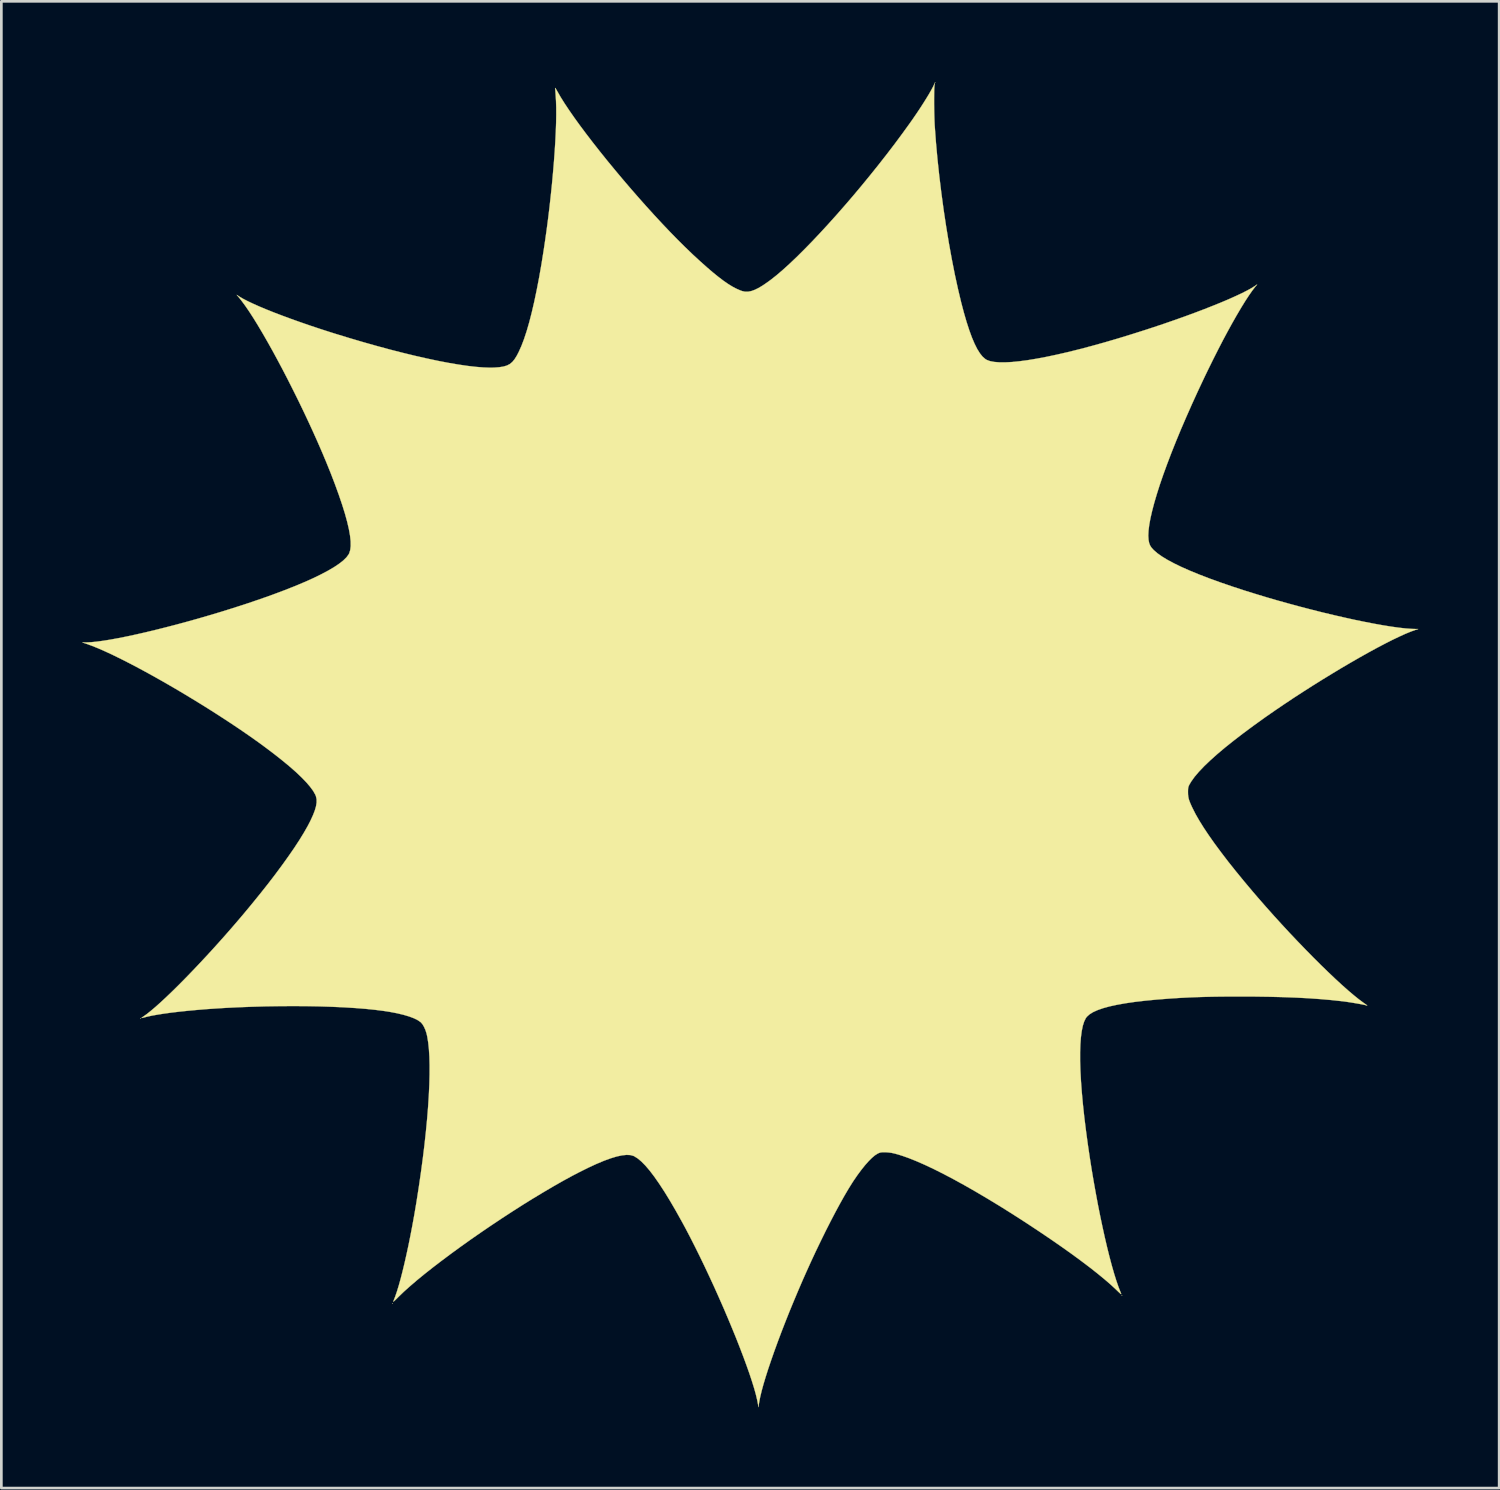
<source format=kicad_pcb>
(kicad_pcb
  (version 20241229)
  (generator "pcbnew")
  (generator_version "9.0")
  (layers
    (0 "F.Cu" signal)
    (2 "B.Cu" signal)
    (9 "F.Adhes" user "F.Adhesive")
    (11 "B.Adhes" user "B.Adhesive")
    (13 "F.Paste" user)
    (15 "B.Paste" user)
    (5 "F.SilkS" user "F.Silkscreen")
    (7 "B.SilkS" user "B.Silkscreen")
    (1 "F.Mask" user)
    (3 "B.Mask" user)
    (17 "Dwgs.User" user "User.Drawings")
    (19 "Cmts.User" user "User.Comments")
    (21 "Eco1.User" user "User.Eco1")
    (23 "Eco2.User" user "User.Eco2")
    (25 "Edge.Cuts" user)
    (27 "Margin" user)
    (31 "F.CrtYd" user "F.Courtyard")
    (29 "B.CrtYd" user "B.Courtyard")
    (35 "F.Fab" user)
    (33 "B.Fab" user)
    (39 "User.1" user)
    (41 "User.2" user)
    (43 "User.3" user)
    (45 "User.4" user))
  (footprint "full sun"
    (layer "F.Cu")
    (at 24.82 24.6)
    (property "Reference" "full sun" (at 0 0 0) (layer "F.SilkS") (effects (font (size 1.524 1.524) (thickness 0.3))))
    (attr through_hole)
    (fp_poly (pts (xy -22.64 10.17) (xy -22.649 10.179) (xy -22.659 10.17) (xy -22.649 10.16) (xy -22.64 10.17)) (stroke (width 0.01) (type solid)) (fill yes) (layer "F.SilkS"))
    (fp_poly (pts (xy -13.285 20.751) (xy -13.294 20.761) (xy -13.304 20.751) (xy -13.294 20.742) (xy -13.285 20.751)) (stroke (width 0.01) (type solid)) (fill yes) (layer "F.SilkS"))
    (fp_poly (pts (xy 6.863 -24.585) (xy 6.853 -24.576) (xy 6.844 -24.585) (xy 6.853 -24.595) (xy 6.863 -24.585)) (stroke (width 0.01) (type solid)) (fill yes) (layer "F.SilkS"))
    (fp_poly (pts (xy 13.802 20.464) (xy 13.793 20.473) (xy 13.783 20.464) (xy 13.793 20.454) (xy 13.802 20.464)) (stroke (width 0.01) (type solid)) (fill yes) (layer "F.SilkS"))
    (fp_poly (pts (xy 6.829 -24.432) (xy 6.824 -24.356) (xy 6.821 -24.247) (xy 6.819 -24.114) (xy 6.818 -23.961) (xy 6.818 -23.796) (xy 6.82 -23.624) (xy 6.823 -23.453) (xy 6.828 -23.288) (xy 6.833 -23.137) (xy 6.839 -23.005) (xy 6.842 -22.965) (xy 6.886 -22.365) (xy 6.942 -21.748) (xy 7.009 -21.122) (xy 7.086 -20.491) (xy 7.171 -19.861) (xy 7.265 -19.237) (xy 7.366 -18.625) (xy 7.474 -18.029) (xy 7.587 -17.456) (xy 7.706 -16.911) (xy 7.821 -16.428) (xy 7.922 -16.044) (xy 8.022 -15.699) (xy 8.122 -15.391) (xy 8.221 -15.12) (xy 8.32 -14.887) (xy 8.419 -14.69) (xy 8.519 -14.53) (xy 8.618 -14.406) (xy 8.719 -14.318) (xy 8.773 -14.285) (xy 8.894 -14.24) (xy 9.05 -14.21) (xy 9.239 -14.195) (xy 9.459 -14.194) (xy 9.71 -14.207) (xy 9.99 -14.235) (xy 10.298 -14.276) (xy 10.634 -14.332) (xy 10.995 -14.4) (xy 11.381 -14.482) (xy 11.791 -14.576) (xy 12.223 -14.684) (xy 12.677 -14.804) (xy 13.151 -14.936) (xy 13.643 -15.08) (xy 14.154 -15.237) (xy 14.681 -15.404) (xy 14.952 -15.493) (xy 15.356 -15.628) (xy 15.748 -15.764) (xy 16.128 -15.899) (xy 16.493 -16.033) (xy 16.84 -16.165) (xy 17.168 -16.294) (xy 17.474 -16.418) (xy 17.757 -16.538) (xy 18.013 -16.653) (xy 18.242 -16.76) (xy 18.439 -16.86) (xy 18.605 -16.951) (xy 18.729 -17.03) (xy 18.815 -17.088) (xy 18.753 -17.012) (xy 18.638 -16.865) (xy 18.511 -16.683) (xy 18.372 -16.471) (xy 18.223 -16.229) (xy 18.064 -15.96) (xy 17.897 -15.667) (xy 17.723 -15.351) (xy 17.543 -15.015) (xy 17.36 -14.661) (xy 17.173 -14.29) (xy 16.984 -13.906) (xy 16.846 -13.62) (xy 16.612 -13.122) (xy 16.39 -12.636) (xy 16.18 -12.161) (xy 15.982 -11.701) (xy 15.798 -11.256) (xy 15.627 -10.827) (xy 15.471 -10.417) (xy 15.328 -10.025) (xy 15.201 -9.655) (xy 15.09 -9.307) (xy 14.994 -8.982) (xy 14.915 -8.681) (xy 14.852 -8.408) (xy 14.807 -8.161) (xy 14.78 -7.944) (xy 14.771 -7.757) (xy 14.781 -7.602) (xy 14.781 -7.601) (xy 14.803 -7.488) (xy 14.837 -7.398) (xy 14.89 -7.315) (xy 14.969 -7.228) (xy 14.971 -7.226) (xy 15.103 -7.11) (xy 15.273 -6.989) (xy 15.479 -6.863) (xy 15.723 -6.732) (xy 16.003 -6.596) (xy 16.319 -6.456) (xy 16.671 -6.312) (xy 17.058 -6.163) (xy 17.48 -6.011) (xy 17.93 -5.857) (xy 18.325 -5.728) (xy 18.732 -5.601) (xy 19.146 -5.475) (xy 19.566 -5.353) (xy 19.99 -5.235) (xy 20.413 -5.12) (xy 20.834 -5.011) (xy 21.25 -4.906) (xy 21.659 -4.808) (xy 22.057 -4.717) (xy 22.442 -4.632) (xy 22.812 -4.556) (xy 23.163 -4.488) (xy 23.493 -4.429) (xy 23.799 -4.38) (xy 24.079 -4.341) (xy 24.33 -4.313) (xy 24.549 -4.297) (xy 24.681 -4.293) (xy 24.796 -4.292) (xy 24.691 -4.258) (xy 24.515 -4.194) (xy 24.311 -4.11) (xy 24.081 -4.005) (xy 23.826 -3.883) (xy 23.551 -3.743) (xy 23.256 -3.588) (xy 22.945 -3.418) (xy 22.62 -3.236) (xy 22.283 -3.042) (xy 21.937 -2.839) (xy 21.584 -2.626) (xy 21.226 -2.407) (xy 20.866 -2.182) (xy 20.506 -1.952) (xy 20.149 -1.72) (xy 19.797 -1.485) (xy 19.453 -1.251) (xy 19.118 -1.018) (xy 19.095 -1.002) (xy 18.678 -0.702) (xy 18.291 -0.415) (xy 17.937 -0.142) (xy 17.614 0.116) (xy 17.324 0.361) (xy 17.067 0.591) (xy 16.843 0.806) (xy 16.653 1.006) (xy 16.496 1.19) (xy 16.374 1.359) (xy 16.309 1.466) (xy 16.279 1.524) (xy 16.261 1.572) (xy 16.251 1.623) (xy 16.247 1.689) (xy 16.246 1.764) (xy 16.248 1.853) (xy 16.256 1.931) (xy 16.271 2.007) (xy 16.296 2.088) (xy 16.334 2.184) (xy 16.386 2.301) (xy 16.413 2.357) (xy 16.523 2.575) (xy 16.661 2.816) (xy 16.825 3.08) (xy 17.016 3.366) (xy 17.231 3.672) (xy 17.471 3.996) (xy 17.733 4.339) (xy 18.018 4.697) (xy 18.324 5.071) (xy 18.65 5.459) (xy 18.851 5.693) (xy 19.142 6.026) (xy 19.436 6.356) (xy 19.733 6.682) (xy 20.03 7.003) (xy 20.326 7.315) (xy 20.618 7.618) (xy 20.904 7.909) (xy 21.183 8.187) (xy 21.452 8.448) (xy 21.71 8.693) (xy 21.954 8.918) (xy 22.182 9.121) (xy 22.394 9.301) (xy 22.586 9.456) (xy 22.757 9.583) (xy 22.812 9.622) (xy 22.865 9.659) (xy 22.897 9.684) (xy 22.903 9.694) (xy 22.899 9.692) (xy 22.847 9.678) (xy 22.765 9.659) (xy 22.658 9.638) (xy 22.534 9.616) (xy 22.4 9.593) (xy 22.263 9.571) (xy 22.128 9.551) (xy 22.005 9.534) (xy 21.969 9.53) (xy 21.571 9.487) (xy 21.156 9.451) (xy 20.721 9.42) (xy 20.262 9.396) (xy 19.777 9.378) (xy 19.263 9.365) (xy 18.717 9.357) (xy 18.206 9.355) (xy 17.824 9.356) (xy 17.475 9.358) (xy 17.152 9.363) (xy 16.849 9.37) (xy 16.561 9.379) (xy 16.281 9.39) (xy 16.004 9.404) (xy 15.723 9.421) (xy 15.547 9.433) (xy 15.084 9.469) (xy 14.66 9.51) (xy 14.273 9.555) (xy 13.923 9.606) (xy 13.61 9.662) (xy 13.334 9.722) (xy 13.094 9.788) (xy 12.89 9.859) (xy 12.722 9.935) (xy 12.59 10.017) (xy 12.493 10.104) (xy 12.452 10.158) (xy 12.391 10.282) (xy 12.34 10.441) (xy 12.3 10.636) (xy 12.27 10.865) (xy 12.25 11.128) (xy 12.24 11.424) (xy 12.24 11.751) (xy 12.251 12.109) (xy 12.272 12.497) (xy 12.303 12.914) (xy 12.344 13.36) (xy 12.395 13.834) (xy 12.457 14.334) (xy 12.528 14.86) (xy 12.529 14.866) (xy 12.596 15.32) (xy 12.667 15.772) (xy 12.743 16.221) (xy 12.822 16.663) (xy 12.903 17.096) (xy 12.987 17.517) (xy 13.073 17.924) (xy 13.159 18.314) (xy 13.246 18.684) (xy 13.333 19.032) (xy 13.419 19.355) (xy 13.504 19.651) (xy 13.587 19.916) (xy 13.668 20.15) (xy 13.746 20.347) (xy 13.754 20.368) (xy 13.765 20.395) (xy 13.765 20.407) (xy 13.753 20.403) (xy 13.723 20.379) (xy 13.674 20.334) (xy 13.601 20.264) (xy 13.576 20.24) (xy 13.379 20.057) (xy 13.149 19.858) (xy 12.887 19.643) (xy 12.596 19.414) (xy 12.276 19.172) (xy 11.929 18.917) (xy 11.556 18.652) (xy 11.159 18.377) (xy 10.738 18.092) (xy 10.668 18.045) (xy 10.188 17.729) (xy 9.717 17.426) (xy 9.257 17.138) (xy 8.809 16.866) (xy 8.376 16.61) (xy 7.958 16.371) (xy 7.557 16.15) (xy 7.176 15.949) (xy 6.816 15.768) (xy 6.478 15.608) (xy 6.165 15.471) (xy 5.878 15.356) (xy 5.655 15.277) (xy 5.495 15.226) (xy 5.362 15.189) (xy 5.247 15.163) (xy 5.141 15.148) (xy 5.037 15.14) (xy 4.975 15.138) (xy 4.888 15.14) (xy 4.825 15.148) (xy 4.77 15.166) (xy 4.719 15.19) (xy 4.62 15.253) (xy 4.508 15.348) (xy 4.384 15.472) (xy 4.251 15.622) (xy 4.113 15.795) (xy 3.97 15.988) (xy 3.826 16.198) (xy 3.782 16.266) (xy 3.639 16.495) (xy 3.485 16.757) (xy 3.322 17.048) (xy 3.151 17.364) (xy 2.974 17.703) (xy 2.792 18.061) (xy 2.609 18.434) (xy 2.424 18.818) (xy 2.241 19.211) (xy 2.061 19.609) (xy 1.941 19.879) (xy 1.77 20.276) (xy 1.604 20.671) (xy 1.443 21.062) (xy 1.29 21.447) (xy 1.144 21.823) (xy 1.007 22.188) (xy 0.879 22.54) (xy 0.762 22.875) (xy 0.655 23.191) (xy 0.561 23.486) (xy 0.48 23.757) (xy 0.413 24.003) (xy 0.361 24.219) (xy 0.325 24.404) (xy 0.317 24.451) (xy 0.294 24.604) (xy 0.28 24.509) (xy 0.247 24.335) (xy 0.198 24.13) (xy 0.133 23.897) (xy 0.052 23.637) (xy -0.042 23.353) (xy -0.15 23.048) (xy -0.269 22.725) (xy -0.399 22.385) (xy -0.538 22.031) (xy -0.687 21.667) (xy -0.843 21.293) (xy -1.005 20.913) (xy -1.174 20.53) (xy -1.346 20.145) (xy -1.523 19.762) (xy -1.701 19.383) (xy -1.881 19.01) (xy -2.062 18.645) (xy -2.241 18.292) (xy -2.419 17.953) (xy -2.549 17.714) (xy -2.776 17.307) (xy -2.992 16.937) (xy -3.196 16.604) (xy -3.39 16.307) (xy -3.572 16.046) (xy -3.743 15.822) (xy -3.903 15.634) (xy -4.052 15.483) (xy -4.189 15.368) (xy -4.316 15.289) (xy -4.344 15.275) (xy -4.459 15.243) (xy -4.601 15.236) (xy -4.77 15.253) (xy -4.966 15.295) (xy -5.191 15.363) (xy -5.443 15.455) (xy -5.724 15.573) (xy -6.033 15.716) (xy -6.37 15.884) (xy -6.618 16.013) (xy -6.964 16.202) (xy -7.324 16.407) (xy -7.696 16.626) (xy -8.078 16.856) (xy -8.466 17.097) (xy -8.857 17.347) (xy -9.25 17.603) (xy -9.641 17.864) (xy -10.027 18.127) (xy -10.407 18.391) (xy -10.777 18.655) (xy -11.135 18.916) (xy -11.477 19.172) (xy -11.802 19.421) (xy -12.107 19.662) (xy -12.389 19.893) (xy -12.644 20.112) (xy -12.872 20.316) (xy -13.068 20.505) (xy -13.079 20.516) (xy -13.157 20.594) (xy -13.211 20.646) (xy -13.245 20.676) (xy -13.261 20.685) (xy -13.263 20.675) (xy -13.255 20.652) (xy -13.194 20.497) (xy -13.129 20.306) (xy -13.061 20.084) (xy -12.991 19.832) (xy -12.919 19.552) (xy -12.846 19.249) (xy -12.773 18.925) (xy -12.699 18.582) (xy -12.627 18.224) (xy -12.556 17.853) (xy -12.487 17.473) (xy -12.421 17.085) (xy -12.403 16.975) (xy -12.317 16.425) (xy -12.239 15.888) (xy -12.169 15.365) (xy -12.107 14.859) (xy -12.054 14.37) (xy -12.009 13.901) (xy -11.973 13.454) (xy -11.946 13.029) (xy -11.927 12.628) (xy -11.918 12.254) (xy -11.917 11.908) (xy -11.925 11.591) (xy -11.943 11.306) (xy -11.97 11.053) (xy -12.006 10.835) (xy -12.03 10.73) (xy -12.072 10.599) (xy -12.125 10.48) (xy -12.185 10.38) (xy -12.244 10.312) (xy -12.351 10.237) (xy -12.494 10.165) (xy -12.672 10.098) (xy -12.883 10.035) (xy -13.125 9.977) (xy -13.398 9.925) (xy -13.603 9.893) (xy -13.928 9.851) (xy -14.287 9.814) (xy -14.678 9.783) (xy -15.097 9.757) (xy -15.54 9.737) (xy -16.005 9.722) (xy -16.487 9.713) (xy -16.985 9.71) (xy -17.493 9.713) (xy -18.009 9.721) (xy -18.53 9.736) (xy -19.052 9.756) (xy -19.477 9.777) (xy -19.849 9.8) (xy -20.211 9.825) (xy -20.561 9.854) (xy -20.895 9.885) (xy -21.211 9.918) (xy -21.506 9.953) (xy -21.776 9.99) (xy -22.018 10.028) (xy -22.231 10.066) (xy -22.41 10.105) (xy -22.513 10.133) (xy -22.568 10.147) (xy -22.605 10.154) (xy -22.614 10.153) (xy -22.604 10.14) (xy -22.569 10.113) (xy -22.539 10.093) (xy -22.412 10.002) (xy -22.263 9.883) (xy -22.093 9.739) (xy -21.904 9.57) (xy -21.699 9.379) (xy -21.479 9.168) (xy -21.246 8.939) (xy -21.002 8.692) (xy -20.749 8.431) (xy -20.489 8.158) (xy -20.223 7.873) (xy -19.954 7.58) (xy -19.683 7.279) (xy -19.412 6.973) (xy -19.216 6.748) (xy -18.873 6.347) (xy -18.545 5.953) (xy -18.232 5.568) (xy -17.935 5.194) (xy -17.657 4.832) (xy -17.399 4.484) (xy -17.161 4.152) (xy -16.944 3.838) (xy -16.751 3.543) (xy -16.583 3.269) (xy -16.44 3.018) (xy -16.342 2.828) (xy -16.248 2.623) (xy -16.179 2.445) (xy -16.134 2.288) (xy -16.113 2.15) (xy -16.114 2.028) (xy -16.138 1.918) (xy -16.162 1.859) (xy -16.24 1.721) (xy -16.353 1.567) (xy -16.498 1.398) (xy -16.677 1.213) (xy -16.887 1.014) (xy -17.129 0.802) (xy -17.403 0.576) (xy -17.706 0.337) (xy -18.039 0.086) (xy -18.278 -0.089) (xy -18.61 -0.324) (xy -18.957 -0.563) (xy -19.317 -0.804) (xy -19.686 -1.045) (xy -20.063 -1.286) (xy -20.444 -1.524) (xy -20.828 -1.758) (xy -21.211 -1.988) (xy -21.591 -2.21) (xy -21.967 -2.425) (xy -22.334 -2.63) (xy -22.69 -2.823) (xy -23.034 -3.005) (xy -23.362 -3.172) (xy -23.672 -3.324) (xy -23.961 -3.459) (xy -24.227 -3.576) (xy -24.467 -3.672) (xy -24.679 -3.748) (xy -24.681 -3.749) (xy -24.815 -3.793) (xy -24.662 -3.794) (xy -24.487 -3.802) (xy -24.279 -3.823) (xy -24.039 -3.855) (xy -23.771 -3.898) (xy -23.477 -3.952) (xy -23.16 -4.015) (xy -22.822 -4.088) (xy -22.465 -4.169) (xy -22.092 -4.259) (xy -21.706 -4.356) (xy -21.309 -4.459) (xy -20.904 -4.569) (xy -20.493 -4.684) (xy -20.079 -4.805) (xy -19.664 -4.929) (xy -19.251 -5.058) (xy -18.842 -5.189) (xy -18.681 -5.242) (xy -18.196 -5.407) (xy -17.742 -5.568) (xy -17.319 -5.727) (xy -16.927 -5.881) (xy -16.568 -6.032) (xy -16.241 -6.178) (xy -15.948 -6.321) (xy -15.689 -6.458) (xy -15.464 -6.59) (xy -15.275 -6.717) (xy -15.121 -6.838) (xy -15.004 -6.953) (xy -14.924 -7.062) (xy -14.903 -7.102) (xy -14.865 -7.222) (xy -14.847 -7.371) (xy -14.849 -7.551) (xy -14.871 -7.76) (xy -14.914 -8.001) (xy -14.977 -8.272) (xy -15.06 -8.574) (xy -15.164 -8.908) (xy -15.288 -9.273) (xy -15.432 -9.67) (xy -15.597 -10.1) (xy -15.61 -10.131) (xy -15.754 -10.487) (xy -15.908 -10.854) (xy -16.072 -11.231) (xy -16.244 -11.615) (xy -16.423 -12.004) (xy -16.607 -12.394) (xy -16.795 -12.783) (xy -16.987 -13.169) (xy -17.179 -13.55) (xy -17.372 -13.922) (xy -17.564 -14.283) (xy -17.753 -14.631) (xy -17.939 -14.963) (xy -18.119 -15.276) (xy -18.293 -15.569) (xy -18.459 -15.838) (xy -18.616 -16.081) (xy -18.763 -16.295) (xy -18.898 -16.478) (xy -18.993 -16.598) (xy -19.08 -16.7) (xy -18.976 -16.634) (xy -18.841 -16.554) (xy -18.67 -16.466) (xy -18.468 -16.37) (xy -18.236 -16.267) (xy -17.976 -16.158) (xy -17.691 -16.044) (xy -17.383 -15.927) (xy -17.056 -15.806) (xy -16.71 -15.683) (xy -16.349 -15.558) (xy -15.976 -15.434) (xy -15.591 -15.31) (xy -15.432 -15.26) (xy -14.902 -15.098) (xy -14.383 -14.945) (xy -13.877 -14.802) (xy -13.386 -14.669) (xy -12.912 -14.548) (xy -12.456 -14.437) (xy -12.02 -14.338) (xy -11.606 -14.25) (xy -11.215 -14.175) (xy -10.85 -14.113) (xy -10.512 -14.063) (xy -10.203 -14.027) (xy -9.924 -14.005) (xy -9.678 -13.996) (xy -9.521 -13.999) (xy -9.333 -14.013) (xy -9.178 -14.037) (xy -9.048 -14.075) (xy -8.939 -14.131) (xy -8.845 -14.209) (xy -8.76 -14.312) (xy -8.678 -14.444) (xy -8.608 -14.579) (xy -8.509 -14.799) (xy -8.41 -15.058) (xy -8.313 -15.352) (xy -8.217 -15.683) (xy -8.123 -16.049) (xy -8.03 -16.449) (xy -7.939 -16.883) (xy -7.849 -17.349) (xy -7.762 -17.847) (xy -7.678 -18.376) (xy -7.631 -18.691) (xy -7.571 -19.113) (xy -7.515 -19.541) (xy -7.463 -19.97) (xy -7.416 -20.399) (xy -7.372 -20.823) (xy -7.334 -21.238) (xy -7.3 -21.643) (xy -7.271 -22.034) (xy -7.248 -22.406) (xy -7.231 -22.758) (xy -7.219 -23.086) (xy -7.214 -23.387) (xy -7.215 -23.656) (xy -7.222 -23.892) (xy -7.224 -23.926) (xy -7.232 -24.048) (xy -7.239 -24.161) (xy -7.246 -24.256) (xy -7.252 -24.329) (xy -7.257 -24.371) (xy -7.257 -24.374) (xy -7.255 -24.386) (xy -7.237 -24.366) (xy -7.205 -24.314) (xy -7.174 -24.259) (xy -7.053 -24.048) (xy -6.906 -23.813) (xy -6.735 -23.556) (xy -6.543 -23.28) (xy -6.331 -22.987) (xy -6.101 -22.679) (xy -5.856 -22.36) (xy -5.598 -22.031) (xy -5.328 -21.695) (xy -5.048 -21.355) (xy -4.761 -21.012) (xy -4.469 -20.67) (xy -4.173 -20.33) (xy -3.876 -19.995) (xy -3.579 -19.668) (xy -3.285 -19.351) (xy -2.996 -19.046) (xy -2.713 -18.756) (xy -2.439 -18.484) (xy -2.176 -18.231) (xy -2.135 -18.192) (xy -1.868 -17.946) (xy -1.624 -17.728) (xy -1.4 -17.536) (xy -1.195 -17.37) (xy -1.007 -17.227) (xy -0.834 -17.107) (xy -0.673 -17.008) (xy -0.524 -16.929) (xy -0.384 -16.868) (xy -0.309 -16.841) (xy -0.203 -16.818) (xy -0.092 -16.818) (xy 0.029 -16.841) (xy 0.162 -16.889) (xy 0.31 -16.962) (xy 0.475 -17.063) (xy 0.661 -17.192) (xy 0.757 -17.263) (xy 0.97 -17.431) (xy 1.201 -17.629) (xy 1.45 -17.855) (xy 1.714 -18.106) (xy 1.991 -18.381) (xy 2.279 -18.676) (xy 2.577 -18.991) (xy 2.882 -19.322) (xy 3.192 -19.667) (xy 3.506 -20.025) (xy 3.821 -20.392) (xy 4.136 -20.768) (xy 4.448 -21.149) (xy 4.756 -21.533) (xy 5.058 -21.919) (xy 5.352 -22.303) (xy 5.635 -22.685) (xy 5.907 -23.061) (xy 6.022 -23.224) (xy 6.157 -23.421) (xy 6.289 -23.618) (xy 6.413 -23.81) (xy 6.527 -23.992) (xy 6.629 -24.16) (xy 6.714 -24.31) (xy 6.781 -24.435) (xy 6.802 -24.48) (xy 6.843 -24.566) (xy 6.829 -24.432)) (stroke (width 0.01) (type solid)) (fill yes) (layer "F.SilkS")))
  (gr_rect
    (start -3 -3)
    (end 52.621 52.209)
    (stroke (width 0.1) (type default))
    (fill no)
    (layer "Edge.Cuts")))
</source>
